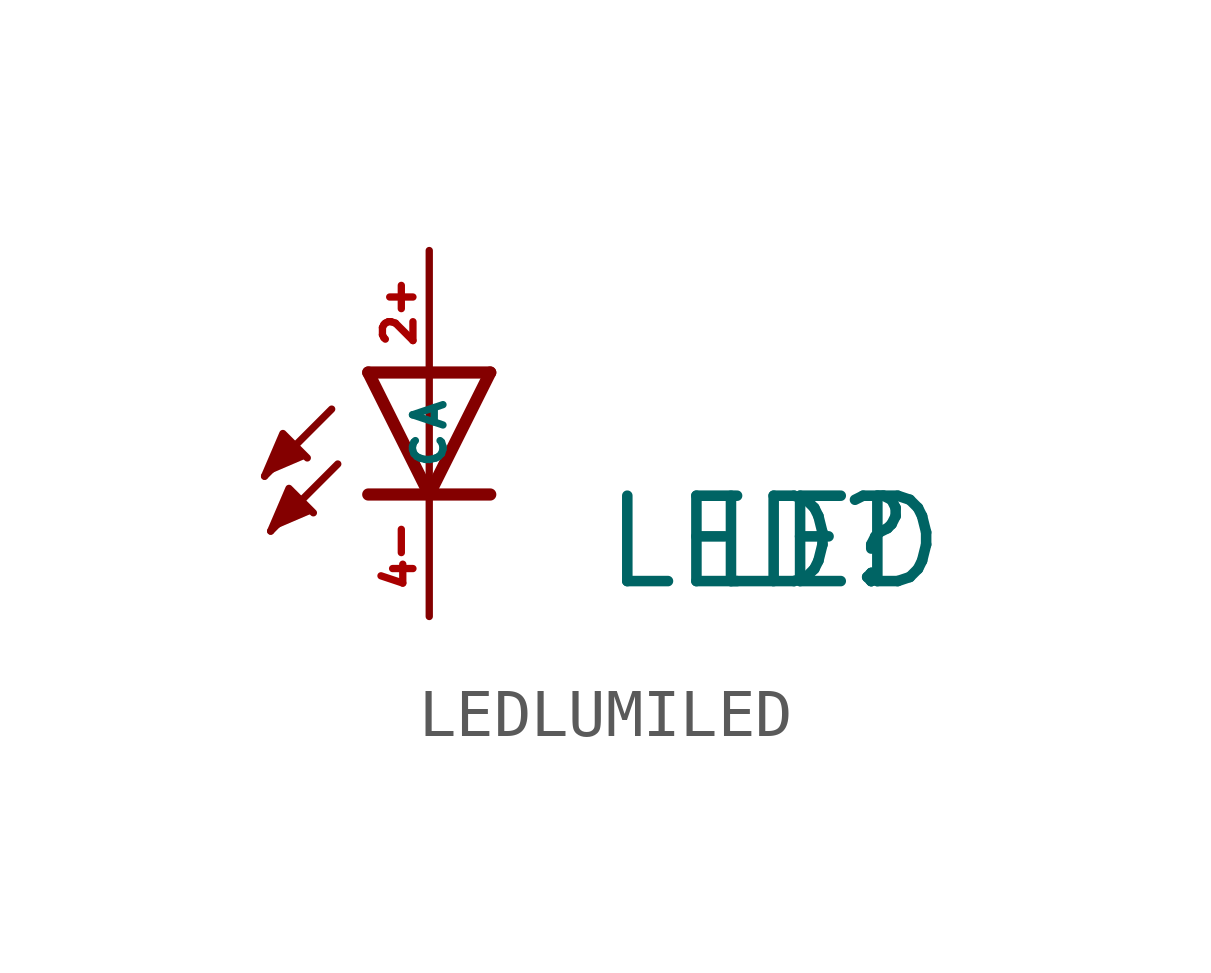
<source format=kicad_sym>
(kicad_symbol_lib
  (version 20220914)
  (generator Eagle2Kicad)
  (symbol "LEDLUMILED"
    (property "Reference" "LED"
      (at 3.556 -4.572 0)
      (effects (font (size 1.778 1.778) (thickness 0.22)) (justify left bottom)))
    (property "Value" "LED"
      (at 5.715 -4.572 0)
      (effects (font (size 1.778 1.778) (thickness 0.22)) (justify left bottom)))
    (polyline
      (pts (xy -3.429 -2.159) (xy -3.048 -1.27) (xy -2.54 -1.778))
      (stroke (width 0.152) (type default))
      (fill (type outline)))
    (polyline
      (pts (xy -3.302 -3.302) (xy -2.921 -2.413) (xy -2.413 -2.921))
      (stroke (width 0.152) (type default))
      (fill (type outline)))
    (polyline
      (pts (xy 1.27 0) (xy 0 -2.54))
      (stroke (width 0.254) (type default))
      (fill (type none)))
    (polyline
      (pts (xy 0 -2.54) (xy -1.27 0))
      (stroke (width 0.254) (type default))
      (fill (type none)))
    (polyline
      (pts (xy 1.27 -2.54) (xy 0 -2.54))
      (stroke (width 0.254) (type default))
      (fill (type none)))
    (polyline
      (pts (xy 0 -2.54) (xy -1.27 -2.54))
      (stroke (width 0.254) (type default))
      (fill (type none)))
    (polyline
      (pts (xy 1.27 0) (xy 0 0))
      (stroke (width 0.254) (type default))
      (fill (type none)))
    (polyline
      (pts (xy 0 0) (xy -1.27 0))
      (stroke (width 0.254) (type default))
      (fill (type none)))
    (polyline
      (pts (xy 0 0) (xy 0 -2.54))
      (stroke (width 0.152) (type default))
      (fill (type none)))
    (polyline
      (pts (xy -2.032 -0.762) (xy -3.429 -2.159))
      (stroke (width 0.152) (type default))
      (fill (type none)))
    (polyline
      (pts (xy -1.905 -1.905) (xy -3.302 -3.302))
      (stroke (width 0.152) (type default))
      (fill (type none)))
    (pin passive line
      (at 0 -5.08 90)
      (length 2.54)
      (name "C" (effects (font (size 0.635 0.635) (thickness 0.08)) (justify left bottom)))
      (number "4-" (effects (font (size 0.635 0.635) (thickness 0.08)) (justify left bottom))))
    (pin passive line
      (at 0 2.54 270)
      (length 2.54)
      (name "A" (effects (font (size 0.635 0.635) (thickness 0.08)) (justify left bottom)))
      (number "2+" (effects (font (size 0.635 0.635) (thickness 0.08)) (justify left bottom))))))
</source>
